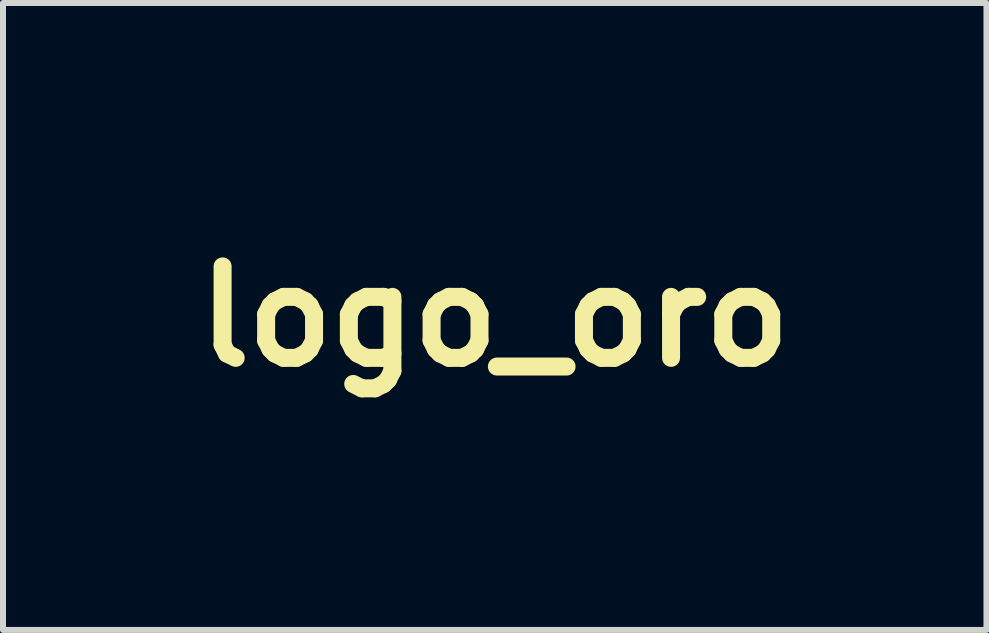
<source format=kicad_pcb>
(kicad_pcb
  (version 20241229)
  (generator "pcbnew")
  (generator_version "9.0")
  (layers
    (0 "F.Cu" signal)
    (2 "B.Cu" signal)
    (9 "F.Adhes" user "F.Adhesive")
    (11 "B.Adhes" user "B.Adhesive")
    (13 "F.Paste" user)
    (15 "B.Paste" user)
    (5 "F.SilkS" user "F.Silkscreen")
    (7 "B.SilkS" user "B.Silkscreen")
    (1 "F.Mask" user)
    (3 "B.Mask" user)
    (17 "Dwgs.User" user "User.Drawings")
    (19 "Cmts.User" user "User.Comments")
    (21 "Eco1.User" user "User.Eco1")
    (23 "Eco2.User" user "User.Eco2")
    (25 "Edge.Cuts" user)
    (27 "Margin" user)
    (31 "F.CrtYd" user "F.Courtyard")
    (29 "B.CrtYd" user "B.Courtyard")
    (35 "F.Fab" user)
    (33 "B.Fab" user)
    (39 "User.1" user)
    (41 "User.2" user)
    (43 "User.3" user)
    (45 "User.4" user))
  (footprint "logo_oro"
    (layer "F.Cu")
    (at 5.196 2.225)
    (property "Reference" "logo_oro" (at 0 0 0) (layer "F.SilkS") (effects (font (size 1.524 1.524) (thickness 0.3))))
    (attr through_hole)
    (fp_poly (pts (xy -0.161 0.62) (xy -0.137 0.64) (xy -0.127 0.675) (xy -0.127 0.682) (xy -0.136 0.717) (xy -0.159 0.74) (xy -0.192 0.747) (xy -0.22 0.74) (xy -0.248 0.719) (xy -0.26 0.688) (xy -0.254 0.652) (xy -0.252 0.649) (xy -0.237 0.627) (xy -0.212 0.617) (xy -0.2 0.616) (xy -0.161 0.62)) (stroke (width 0.01) (type solid)) (fill yes) (layer "F.Mask"))
    (fp_poly (pts (xy -0.151 -0.089) (xy -0.133 -0.066) (xy -0.127 -0.033) (xy -0.133 -0.001) (xy -0.144 0.015) (xy -0.166 0.027) (xy -0.197 0.031) (xy -0.226 0.028) (xy -0.241 0.018) (xy -0.252 -0.002) (xy -0.259 -0.023) (xy -0.261 -0.048) (xy -0.247 -0.071) (xy -0.24 -0.079) (xy -0.209 -0.101) (xy -0.179 -0.103) (xy -0.151 -0.089)) (stroke (width 0.01) (type solid)) (fill yes) (layer "F.Mask"))
    (fp_poly (pts (xy -1.898 1.638) (xy -1.83 1.665) (xy -1.772 1.708) (xy -1.728 1.763) (xy -1.698 1.828) (xy -1.684 1.901) (xy -1.689 1.978) (xy -1.697 2.012) (xy -1.727 2.079) (xy -1.772 2.135) (xy -1.83 2.178) (xy -1.896 2.207) (xy -1.967 2.22) (xy -2.04 2.215) (xy -2.08 2.204) (xy -2.153 2.168) (xy -2.209 2.119) (xy -2.248 2.057) (xy -2.27 1.984) (xy -2.275 1.922) (xy -2.266 1.842) (xy -2.239 1.771) (xy -2.196 1.713) (xy -2.139 1.668) (xy -2.07 1.639) (xy -1.991 1.627) (xy -1.976 1.627) (xy -1.898 1.638)) (stroke (width 0.01) (type solid)) (fill yes) (layer "F.Mask"))
    (fp_poly (pts (xy -0.75 -2.208) (xy -0.745 -2.207) (xy -0.68 -2.178) (xy -0.628 -2.134) (xy -0.589 -2.08) (xy -0.565 -2.019) (xy -0.555 -1.953) (xy -0.562 -1.887) (xy -0.584 -1.823) (xy -0.624 -1.765) (xy -0.645 -1.743) (xy -0.708 -1.7) (xy -0.777 -1.676) (xy -0.85 -1.672) (xy -0.923 -1.687) (xy -0.947 -1.697) (xy -1.004 -1.733) (xy -1.052 -1.782) (xy -1.086 -1.838) (xy -1.088 -1.841) (xy -1.096 -1.872) (xy -1.102 -1.914) (xy -1.104 -1.947) (xy -1.094 -2.022) (xy -1.067 -2.088) (xy -1.024 -2.144) (xy -0.966 -2.186) (xy -0.916 -2.207) (xy -0.859 -2.22) (xy -0.807 -2.22) (xy -0.75 -2.208)) (stroke (width 0.01) (type solid)) (fill yes) (layer "F.Mask"))
    (fp_poly (pts (xy 2.026 0.563) (xy 2.102 0.579) (xy 2.166 0.611) (xy 2.217 0.659) (xy 2.253 0.719) (xy 2.272 0.792) (xy 2.275 0.837) (xy 2.266 0.913) (xy 2.238 0.98) (xy 2.193 1.036) (xy 2.134 1.078) (xy 2.095 1.096) (xy 2.045 1.107) (xy 1.988 1.11) (xy 1.936 1.104) (xy 1.926 1.101) (xy 1.857 1.069) (xy 1.803 1.025) (xy 1.766 0.98) (xy 1.744 0.935) (xy 1.733 0.884) (xy 1.731 0.836) (xy 1.732 0.79) (xy 1.737 0.757) (xy 1.748 0.726) (xy 1.761 0.702) (xy 1.806 0.642) (xy 1.863 0.597) (xy 1.931 0.571) (xy 2.007 0.563) (xy 2.026 0.563)) (stroke (width 0.01) (type solid)) (fill yes) (layer "F.Mask"))
    (fp_poly (pts (xy -0.167 -0.515) (xy -0.134 -0.506) (xy -0.129 -0.503) (xy -0.115 -0.492) (xy -0.088 -0.468) (xy -0.05 -0.433) (xy -0.003 -0.388) (xy 0.051 -0.336) (xy 0.109 -0.278) (xy 0.148 -0.239) (xy 0.397 0.011) (xy 0.134 0.274) (xy -0.129 0.537) (xy -0.174 0.532) (xy -0.229 0.535) (xy -0.276 0.556) (xy -0.312 0.591) (xy -0.334 0.638) (xy -0.339 0.676) (xy -0.33 0.733) (xy -0.304 0.778) (xy -0.263 0.809) (xy -0.21 0.824) (xy -0.187 0.825) (xy -0.155 0.824) (xy -0.131 0.815) (xy -0.106 0.796) (xy -0.092 0.784) (xy -0.067 0.759) (xy -0.054 0.74) (xy -0.049 0.716) (xy -0.048 0.681) (xy -0.048 0.678) (xy -0.048 0.614) (xy 0.214 0.352) (xy 0.476 0.09) (xy 0.556 0.17) (xy 0.602 0.218) (xy 0.632 0.259) (xy 0.648 0.295) (xy 0.651 0.329) (xy 0.645 0.36) (xy 0.639 0.373) (xy 0.625 0.393) (xy 0.601 0.421) (xy 0.568 0.458) (xy 0.524 0.504) (xy 0.468 0.562) (xy 0.399 0.632) (xy 0.317 0.716) (xy 0.267 0.765) (xy 0.194 0.839) (xy 0.124 0.908) (xy 0.059 0.971) (xy 0.002 1.028) (xy -0.048 1.075) (xy -0.087 1.112) (xy -0.114 1.137) (xy -0.128 1.149) (xy -0.129 1.149) (xy -0.17 1.161) (xy -0.216 1.162) (xy -0.249 1.154) (xy -0.261 1.144) (xy -0.286 1.122) (xy -0.323 1.087) (xy -0.368 1.044) (xy -0.421 0.992) (xy -0.479 0.935) (xy -0.524 0.89) (xy -0.778 0.635) (xy -0.515 0.372) (xy -0.252 0.109) (xy -0.203 0.113) (xy -0.15 0.109) (xy -0.105 0.087) (xy -0.071 0.053) (xy -0.05 0.008) (xy -0.044 -0.042) (xy -0.056 -0.094) (xy -0.059 -0.101) (xy -0.089 -0.142) (xy -0.13 -0.168) (xy -0.177 -0.18) (xy -0.226 -0.177) (xy -0.271 -0.159) (xy -0.309 -0.126) (xy -0.318 -0.113) (xy -0.333 -0.081) (xy -0.337 -0.041) (xy -0.336 -0.024) (xy -0.333 0.032) (xy -0.595 0.294) (xy -0.857 0.555) (xy -0.932 0.481) (xy -0.982 0.43) (xy -1.015 0.387) (xy -1.033 0.35) (xy -1.038 0.317) (xy -1.03 0.284) (xy -1.022 0.267) (xy -1.012 0.254) (xy -0.988 0.228) (xy -0.952 0.189) (xy -0.905 0.141) (xy -0.85 0.084) (xy -0.787 0.02) (xy -0.718 -0.05) (xy -0.644 -0.124) (xy -0.627 -0.14) (xy -0.248 -0.519) (xy -0.203 -0.519) (xy -0.167 -0.515)) (stroke (width 0.01) (type solid)) (fill yes) (layer "F.Mask")))
  (gr_rect
    (start -3 -3)
    (end 13.392 7.45)
    (stroke (width 0.1) (type default))
    (fill no)
    (layer "Edge.Cuts")))
</source>
